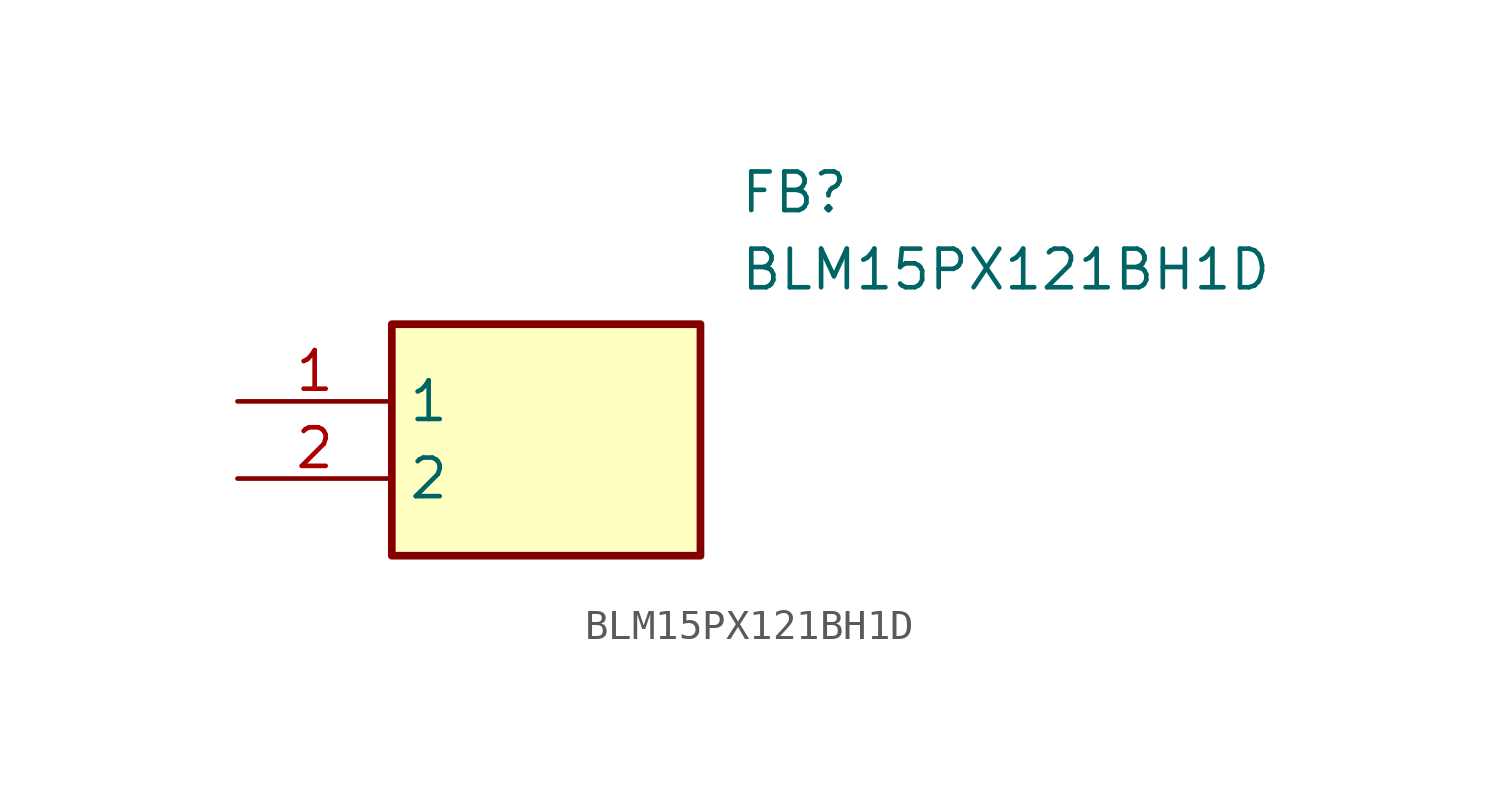
<source format=kicad_sym>
(kicad_symbol_lib
  (version 20211014)
  (generator SamacSys_ECAD_Model)
  (symbol "BLM15PX121BH1D"
    (property "Reference" "FB"
      (at 16.51 7.62 0)
      (effects (font (size 1.27 1.27)) (justify left top)))
    (property "Value" "BLM15PX121BH1D"
      (at 16.51 5.08 0)
      (effects (font (size 1.27 1.27)) (justify left top)))
    (rectangle
      (start 5.08 2.54)
      (end 15.24 -5.08)
      (stroke (width 0.254) (type default))
      (fill (type background)))
    (pin passive line
      (at 0 0 0)
      (length 5.08)
      (name "1" (effects (font (size 1.27 1.27))))
      (number "1" (effects (font (size 1.27 1.27)))))
    (pin passive line
      (at 0 -2.54 0)
      (length 5.08)
      (name "2" (effects (font (size 1.27 1.27))))
      (number "2" (effects (font (size 1.27 1.27)))))))
</source>
